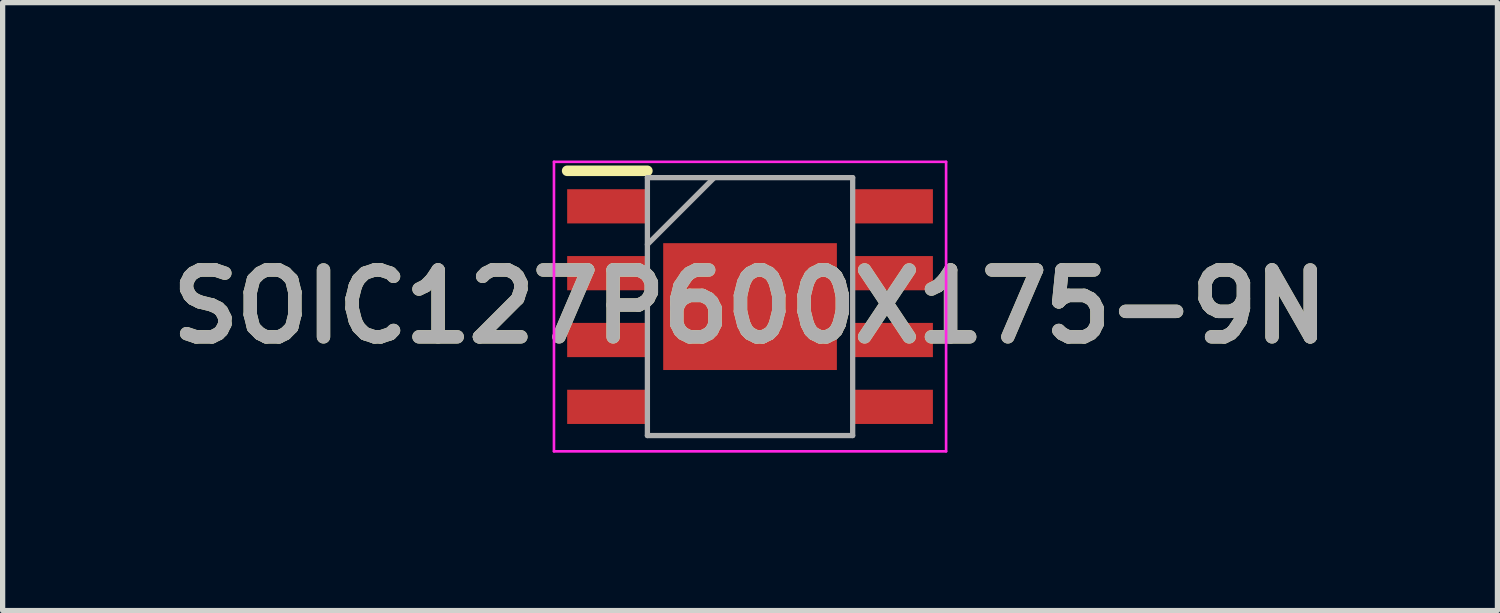
<source format=kicad_pcb>
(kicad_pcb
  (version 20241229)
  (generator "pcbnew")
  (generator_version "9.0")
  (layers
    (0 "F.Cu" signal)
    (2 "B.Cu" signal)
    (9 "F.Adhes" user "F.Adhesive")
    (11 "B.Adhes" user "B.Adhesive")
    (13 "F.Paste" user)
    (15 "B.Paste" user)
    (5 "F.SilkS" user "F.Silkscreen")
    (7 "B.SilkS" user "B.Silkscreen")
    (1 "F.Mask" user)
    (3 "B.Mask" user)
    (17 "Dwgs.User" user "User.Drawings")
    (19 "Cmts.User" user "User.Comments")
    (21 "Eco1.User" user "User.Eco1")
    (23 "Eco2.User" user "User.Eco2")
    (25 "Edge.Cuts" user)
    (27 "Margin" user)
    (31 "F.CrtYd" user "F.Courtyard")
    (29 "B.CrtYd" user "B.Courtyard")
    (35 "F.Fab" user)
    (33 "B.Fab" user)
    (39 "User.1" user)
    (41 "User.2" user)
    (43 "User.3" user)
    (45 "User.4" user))
  (footprint "SOIC127P600X175-9N"
    (layer "F.Cu")
    (at 11.2 2.775)
    (property "Reference" "SOIC127P600X175-9N" (at 0 0 0) (layer "F.SilkS") (effects (font (size 1.27 1.27) (thickness 0.254))))
    (attr smd)
    (fp_line (start -3.475 -2.58) (end -1.95 -2.58) (stroke (width 0.2) (type solid)) (layer "F.SilkS"))
    (fp_line (start -3.725 -2.75) (end 3.725 -2.75) (stroke (width 0.05) (type solid)) (layer "F.CrtYd"))
    (fp_line (start -3.725 2.75) (end -3.725 -2.75) (stroke (width 0.05) (type solid)) (layer "F.CrtYd"))
    (fp_line (start 3.725 -2.75) (end 3.725 2.75) (stroke (width 0.05) (type solid)) (layer "F.CrtYd"))
    (fp_line (start 3.725 2.75) (end -3.725 2.75) (stroke (width 0.05) (type solid)) (layer "F.CrtYd"))
    (fp_line (start -1.95 -2.45) (end 1.95 -2.45) (stroke (width 0.1) (type solid)) (layer "F.Fab"))
    (fp_line (start -1.95 -1.18) (end -0.68 -2.45) (stroke (width 0.1) (type solid)) (layer "F.Fab"))
    (fp_line (start -1.95 2.45) (end -1.95 -2.45) (stroke (width 0.1) (type solid)) (layer "F.Fab"))
    (fp_line (start 1.95 -2.45) (end 1.95 2.45) (stroke (width 0.1) (type solid)) (layer "F.Fab"))
    (fp_line (start 1.95 2.45) (end -1.95 2.45) (stroke (width 0.1) (type solid)) (layer "F.Fab"))
    (fp_text user "${REFERENCE}" (at 0 0 0) (layer "F.Fab") (effects (font (size 1.27 1.27) (thickness 0.254))))
    (pad "1" smd rect (at -2.712 -1.905 90) (size 0.65 1.525) (layers "F.Cu" "F.Mask" "F.Paste"))
    (pad "2" smd rect (at -2.712 -0.635 90) (size 0.65 1.525) (layers "F.Cu" "F.Mask" "F.Paste"))
    (pad "3" smd rect (at -2.712 0.635 90) (size 0.65 1.525) (layers "F.Cu" "F.Mask" "F.Paste"))
    (pad "4" smd rect (at -2.712 1.905 90) (size 0.65 1.525) (layers "F.Cu" "F.Mask" "F.Paste"))
    (pad "5" smd rect (at 2.712 1.905 90) (size 0.65 1.525) (layers "F.Cu" "F.Mask" "F.Paste"))
    (pad "6" smd rect (at 2.712 0.635 90) (size 0.65 1.525) (layers "F.Cu" "F.Mask" "F.Paste"))
    (pad "7" smd rect (at 2.712 -0.635 90) (size 0.65 1.525) (layers "F.Cu" "F.Mask" "F.Paste"))
    (pad "8" smd rect (at 2.712 -1.905 90) (size 0.65 1.525) (layers "F.Cu" "F.Mask" "F.Paste"))
    (pad "9" smd rect (at 0 0 90) (size 2.41 3.3) (layers "F.Cu" "F.Mask" "F.Paste")))
  (gr_rect
    (start -3 -3)
    (end 25.4 8.55)
    (stroke (width 0.1) (type default))
    (fill no)
    (layer "Edge.Cuts")))
</source>
